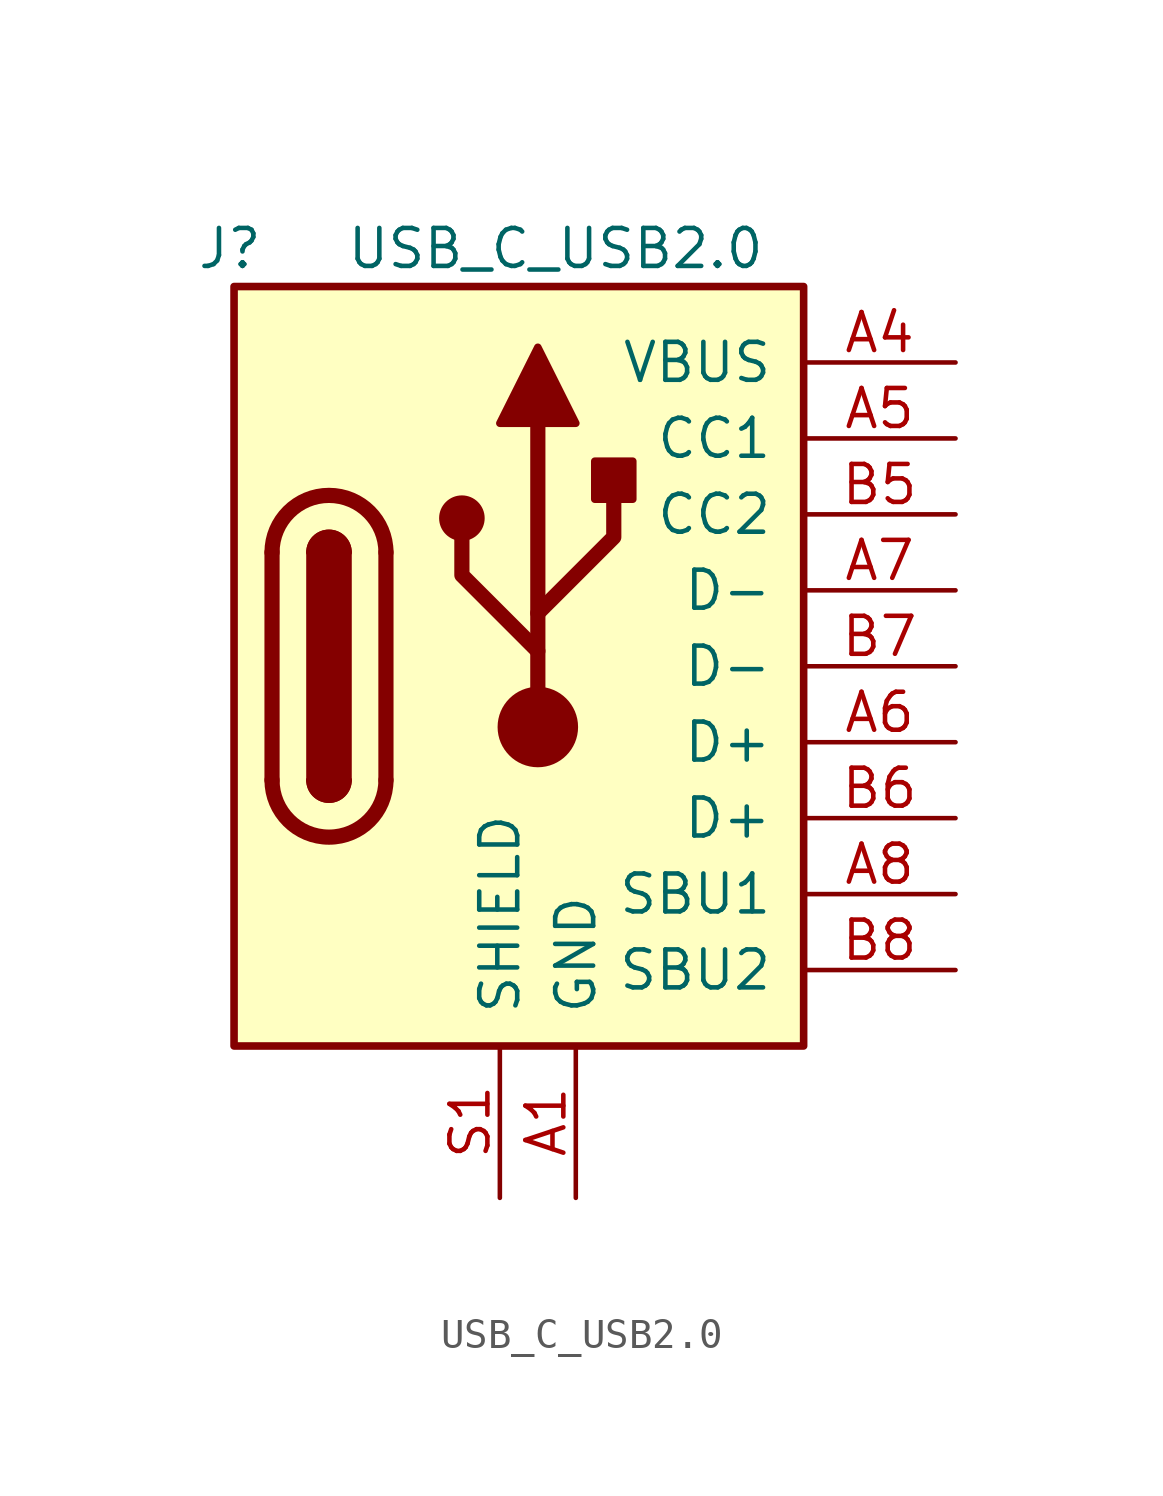
<source format=kicad_sym>
(kicad_symbol_lib
  (version 20211014)
  (generator kicad_symbol_editor)
  (symbol "USB_C_USB2.0"
    (pin_names
      (offset 1.016))
    (property "Reference" "J"
      (at -11.43 13.97 0)
      (effects (font (size 1.27 1.27)) (justify left)))
    (property "Value" "USB_C_USB2.0"
      (at 7.62 13.97 0)
      (effects (font (size 1.27 1.27)) (justify right)))
    (symbol "USB_C_USB2.0_0_1"
      (rectangle (start -10.16 12.7) (end 8.89 -12.7) (stroke (width 0.254) (type default) (color 0 0 0 0)) (fill (type background)))
      (arc (start -8.89 -3.81) (mid -6.985 -5.715) (end -5.08 -3.81) (stroke (width 0.508) (type default) (color 0 0 0 0)) (fill (type none)))
      (arc (start -7.62 -3.81) (mid -6.985 -4.445) (end -6.35 -3.81) (stroke (width 0.254) (type default) (color 0 0 0 0)) (fill (type none)))
      (arc (start -7.62 -3.81) (mid -6.985 -4.445) (end -6.35 -3.81) (stroke (width 0.254) (type default) (color 0 0 0 0)) (fill (type outline)))
      (rectangle (start -7.62 -3.81) (end -6.35 3.81) (stroke (width 0.254) (type default) (color 0 0 0 0)) (fill (type outline)))
      (arc (start -6.35 3.81) (mid -6.985 4.445) (end -7.62 3.81) (stroke (width 0.254) (type default) (color 0 0 0 0)) (fill (type none)))
      (arc (start -6.35 3.81) (mid -6.985 4.445) (end -7.62 3.81) (stroke (width 0.254) (type default) (color 0 0 0 0)) (fill (type outline)))
      (arc (start -5.08 3.81) (mid -6.985 5.715) (end -8.89 3.81) (stroke (width 0.508) (type default) (color 0 0 0 0)) (fill (type none)))
      (circle (center -2.54 4.953) (radius 0.635) (stroke (width 0.254) (type default) (color 0 0 0 0)) (fill (type outline)))
      (circle (center 0 -2.032) (radius 1.27) (stroke (width 0) (type default) (color 0 0 0 0)) (fill (type outline)))
      (polyline (pts (xy -8.89 -3.81) (xy -8.89 3.81)) (stroke (width 0.508) (type default) (color 0 0 0 0)) (fill (type none)))
      (polyline (pts (xy -5.08 3.81) (xy -5.08 -3.81)) (stroke (width 0.508) (type default) (color 0 0 0 0)) (fill (type none)))
      (polyline (pts (xy 0 -2.032) (xy 0 8.128)) (stroke (width 0.508) (type default) (color 0 0 0 0)) (fill (type none)))
      (polyline (pts (xy 0 0.508) (xy -2.54 3.048) (xy -2.54 4.318)) (stroke (width 0.508) (type default) (color 0 0 0 0)) (fill (type none)))
      (polyline (pts (xy 0 1.778) (xy 2.54 4.318) (xy 2.54 5.588)) (stroke (width 0.508) (type default) (color 0 0 0 0)) (fill (type none)))
      (polyline (pts (xy -1.27 8.128) (xy 0 10.668) (xy 1.27 8.128) (xy -1.27 8.128)) (stroke (width 0.254) (type default) (color 0 0 0 0)) (fill (type outline)))
      (rectangle (start 1.905 5.588) (end 3.175 6.858) (stroke (width 0.254) (type default) (color 0 0 0 0)) (fill (type outline))))
    (symbol "USB_C_USB2.0_1_1"
      (pin passive line (at 1.27 -17.78 90) (length 5.08) (name "GND" (effects (font (size 1.27 1.27)))) (number "A1" (effects (font (size 1.27 1.27)))))
      (pin passive line (at 1.27 -17.78 90) (length 5.08) hide (name "GND" (effects (font (size 1.27 1.27)))) (number "A12" (effects (font (size 1.27 1.27)))))
      (pin passive line (at 13.97 10.16 180) (length 5.08) (name "VBUS" (effects (font (size 1.27 1.27)))) (number "A4" (effects (font (size 1.27 1.27)))))
      (pin bidirectional line (at 13.97 7.62 180) (length 5.08) (name "CC1" (effects (font (size 1.27 1.27)))) (number "A5" (effects (font (size 1.27 1.27)))))
      (pin bidirectional line (at 13.97 -2.54 180) (length 5.08) (name "D+" (effects (font (size 1.27 1.27)))) (number "A6" (effects (font (size 1.27 1.27)))))
      (pin bidirectional line (at 13.97 2.54 180) (length 5.08) (name "D-" (effects (font (size 1.27 1.27)))) (number "A7" (effects (font (size 1.27 1.27)))))
      (pin bidirectional line (at 13.97 -7.62 180) (length 5.08) (name "SBU1" (effects (font (size 1.27 1.27)))) (number "A8" (effects (font (size 1.27 1.27)))))
      (pin passive line (at 13.97 10.16 180) (length 5.08) hide (name "VBUS" (effects (font (size 1.27 1.27)))) (number "A9" (effects (font (size 1.27 1.27)))))
      (pin passive line (at 1.27 -17.78 90) (length 5.08) hide (name "GND" (effects (font (size 1.27 1.27)))) (number "B1" (effects (font (size 1.27 1.27)))))
      (pin passive line (at 1.27 -17.78 90) (length 5.08) hide (name "GND" (effects (font (size 1.27 1.27)))) (number "B12" (effects (font (size 1.27 1.27)))))
      (pin passive line (at 13.97 10.16 180) (length 5.08) hide (name "VBUS" (effects (font (size 1.27 1.27)))) (number "B4" (effects (font (size 1.27 1.27)))))
      (pin bidirectional line (at 13.97 5.08 180) (length 5.08) (name "CC2" (effects (font (size 1.27 1.27)))) (number "B5" (effects (font (size 1.27 1.27)))))
      (pin bidirectional line (at 13.97 -5.08 180) (length 5.08) (name "D+" (effects (font (size 1.27 1.27)))) (number "B6" (effects (font (size 1.27 1.27)))))
      (pin bidirectional line (at 13.97 0 180) (length 5.08) (name "D-" (effects (font (size 1.27 1.27)))) (number "B7" (effects (font (size 1.27 1.27)))))
      (pin bidirectional line (at 13.97 -10.16 180) (length 5.08) (name "SBU2" (effects (font (size 1.27 1.27)))) (number "B8" (effects (font (size 1.27 1.27)))))
      (pin passive line (at 13.97 10.16 180) (length 5.08) hide (name "VBUS" (effects (font (size 1.27 1.27)))) (number "B9" (effects (font (size 1.27 1.27)))))
      (pin passive line (at -1.27 -17.78 90) (length 5.08) (name "SHIELD" (effects (font (size 1.27 1.27)))) (number "S1" (effects (font (size 1.27 1.27))))))))
</source>
